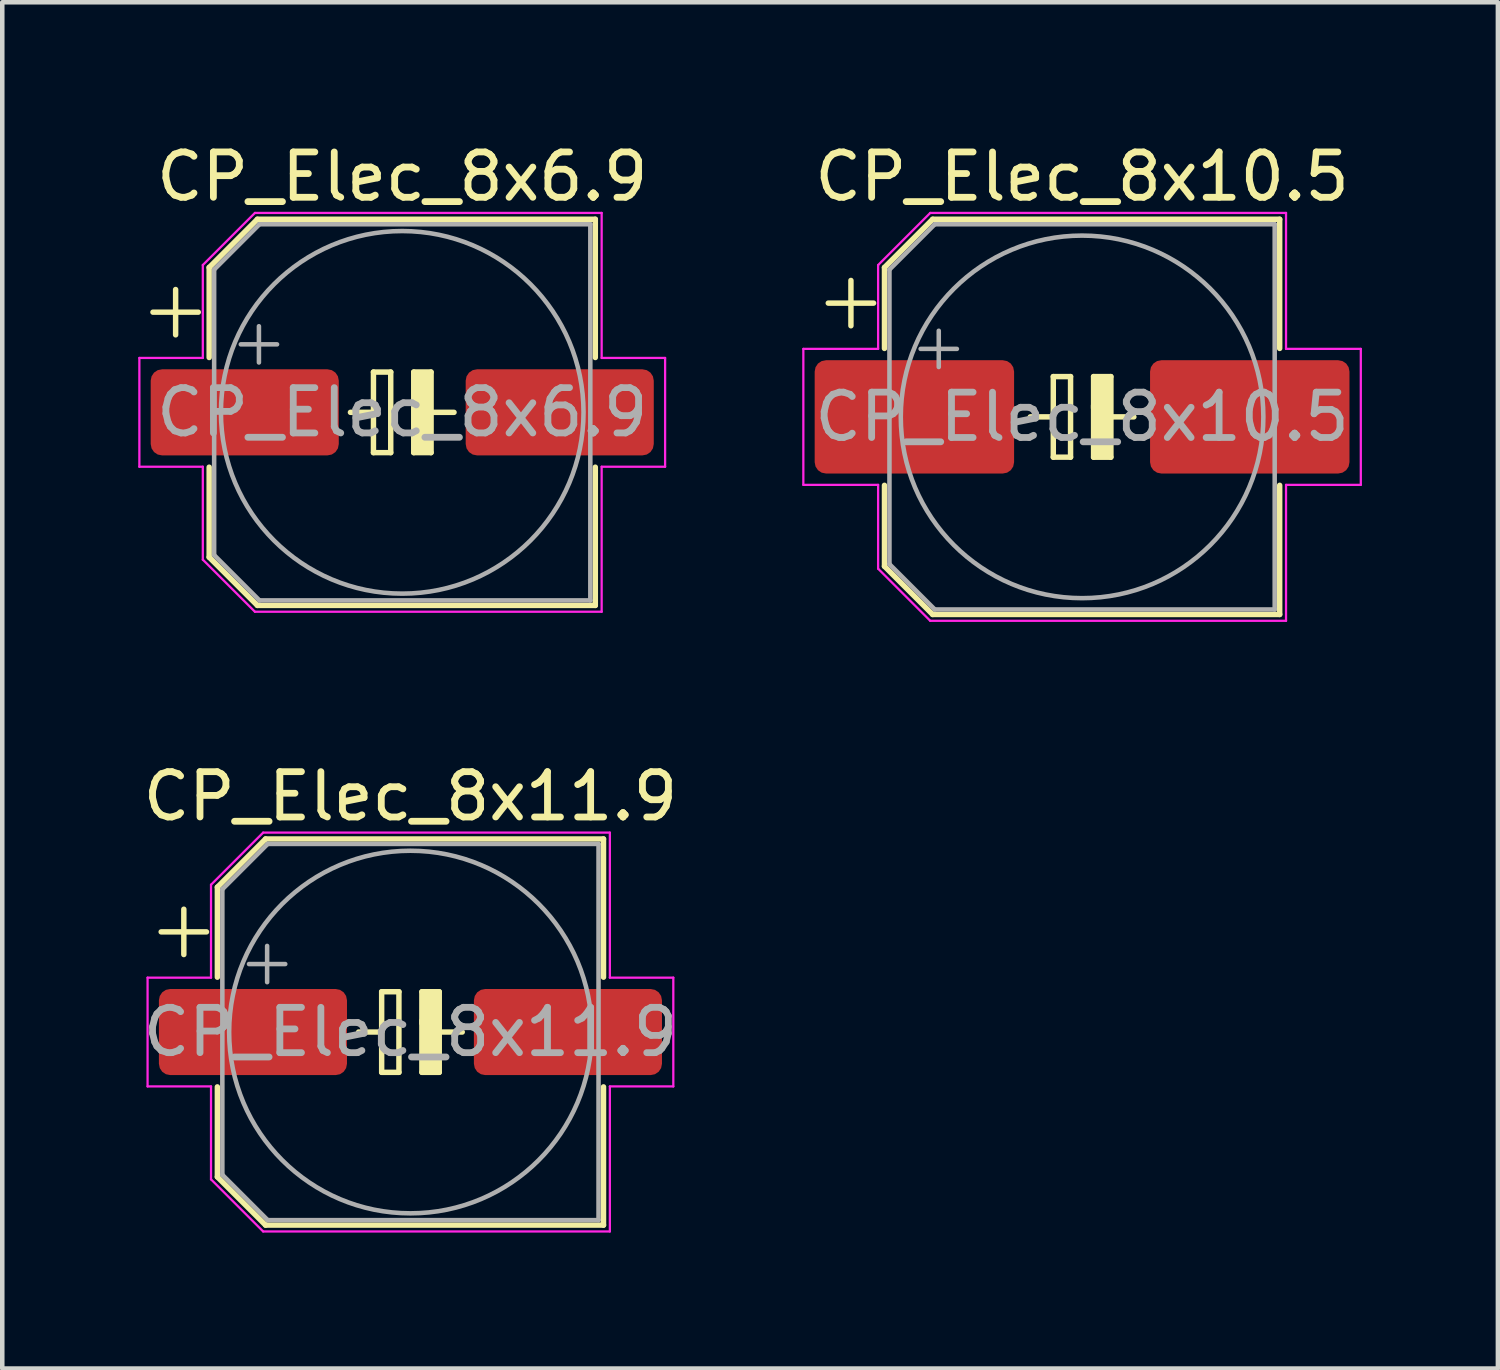
<source format=kicad_pcb>
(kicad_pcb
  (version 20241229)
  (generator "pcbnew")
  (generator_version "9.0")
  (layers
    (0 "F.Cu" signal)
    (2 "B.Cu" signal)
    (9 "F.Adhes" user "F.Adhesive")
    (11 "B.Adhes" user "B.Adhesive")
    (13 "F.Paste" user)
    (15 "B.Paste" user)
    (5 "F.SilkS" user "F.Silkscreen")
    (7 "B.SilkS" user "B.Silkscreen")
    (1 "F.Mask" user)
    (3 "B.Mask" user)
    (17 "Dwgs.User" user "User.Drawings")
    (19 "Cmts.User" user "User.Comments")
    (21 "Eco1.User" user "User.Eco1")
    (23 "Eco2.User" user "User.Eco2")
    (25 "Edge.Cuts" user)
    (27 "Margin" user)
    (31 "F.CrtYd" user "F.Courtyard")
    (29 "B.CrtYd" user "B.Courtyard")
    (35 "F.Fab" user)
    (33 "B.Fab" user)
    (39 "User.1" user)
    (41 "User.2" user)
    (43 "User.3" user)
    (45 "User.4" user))
  (footprint "CP_Elec_8x11.9"
    (layer "F.Cu")
    (at 6.006 19.721)
    (property "Reference" "CP_Elec_8x11.9" (at 0 -5.2 0) (layer "F.SilkS") (effects (font (size 1 1) (thickness 0.15))))
    (attr smd)
    (fp_line (start -5.5 -2.21) (end -4.5 -2.21) (stroke (width 0.12) (type solid)) (layer "F.SilkS"))
    (fp_line (start -5 -2.71) (end -5 -1.71) (stroke (width 0.12) (type solid)) (layer "F.SilkS"))
    (fp_line (start -4.26 -3.196) (end -4.26 -1.21) (stroke (width 0.12) (type solid)) (layer "F.SilkS"))
    (fp_line (start -4.26 -3.196) (end -3.196 -4.26) (stroke (width 0.12) (type solid)) (layer "F.SilkS"))
    (fp_line (start -4.26 3.196) (end -4.26 1.21) (stroke (width 0.12) (type solid)) (layer "F.SilkS"))
    (fp_line (start -4.26 3.196) (end -3.196 4.26) (stroke (width 0.12) (type solid)) (layer "F.SilkS"))
    (fp_line (start -3.196 -4.26) (end 4.26 -4.26) (stroke (width 0.12) (type solid)) (layer "F.SilkS"))
    (fp_line (start -3.196 4.26) (end 4.26 4.26) (stroke (width 0.12) (type solid)) (layer "F.SilkS"))
    (fp_line (start -0.635 -0.889) (end -0.254 -0.889) (stroke (width 0.12) (type solid)) (layer "F.SilkS"))
    (fp_line (start -0.635 0) (end -1.143 0) (stroke (width 0.12) (type solid)) (layer "F.SilkS"))
    (fp_line (start -0.635 0.889) (end -0.635 -0.889) (stroke (width 0.12) (type solid)) (layer "F.SilkS"))
    (fp_line (start -0.254 -0.889) (end -0.254 0.889) (stroke (width 0.12) (type solid)) (layer "F.SilkS"))
    (fp_line (start -0.254 0.889) (end -0.635 0.889) (stroke (width 0.12) (type solid)) (layer "F.SilkS"))
    (fp_line (start 0.254 -0.889) (end 0.254 -0.191) (stroke (width 0.12) (type solid)) (layer "F.SilkS"))
    (fp_line (start 0.254 -0.889) (end 0.635 -0.889) (stroke (width 0.12) (type solid)) (layer "F.SilkS"))
    (fp_line (start 0.254 -0.254) (end 0.254 0.889) (stroke (width 0.12) (type solid)) (layer "F.SilkS"))
    (fp_line (start 0.635 0) (end 1.143 0) (stroke (width 0.12) (type solid)) (layer "F.SilkS"))
    (fp_line (start 0.635 0.889) (end 0.254 0.889) (stroke (width 0.12) (type solid)) (layer "F.SilkS"))
    (fp_line (start 0.635 0.889) (end 0.635 -0.889) (stroke (width 0.12) (type solid)) (layer "F.SilkS"))
    (fp_line (start 4.26 -4.26) (end 4.26 -1.21) (stroke (width 0.12) (type solid)) (layer "F.SilkS"))
    (fp_line (start 4.26 4.26) (end 4.26 1.21) (stroke (width 0.12) (type solid)) (layer "F.SilkS"))
    (fp_poly (pts (xy 0.635 0.889) (xy 0.254 0.889) (xy 0.254 -0.889) (xy 0.635 -0.889)) (stroke (width 0.1) (type solid)) (fill yes) (layer "F.SilkS"))
    (fp_line (start -5.8 -1.2) (end -5.8 1.2) (stroke (width 0.05) (type solid)) (layer "F.CrtYd"))
    (fp_line (start -5.8 1.2) (end -4.4 1.2) (stroke (width 0.05) (type solid)) (layer "F.CrtYd"))
    (fp_line (start -4.4 -3.25) (end -4.4 -1.2) (stroke (width 0.05) (type solid)) (layer "F.CrtYd"))
    (fp_line (start -4.4 -3.25) (end -3.25 -4.4) (stroke (width 0.05) (type solid)) (layer "F.CrtYd"))
    (fp_line (start -4.4 -1.2) (end -5.8 -1.2) (stroke (width 0.05) (type solid)) (layer "F.CrtYd"))
    (fp_line (start -4.4 1.2) (end -4.4 3.25) (stroke (width 0.05) (type solid)) (layer "F.CrtYd"))
    (fp_line (start -4.4 3.25) (end -3.25 4.4) (stroke (width 0.05) (type solid)) (layer "F.CrtYd"))
    (fp_line (start -3.25 -4.4) (end 4.4 -4.4) (stroke (width 0.05) (type solid)) (layer "F.CrtYd"))
    (fp_line (start -3.25 4.4) (end 4.4 4.4) (stroke (width 0.05) (type solid)) (layer "F.CrtYd"))
    (fp_line (start 4.4 -4.4) (end 4.4 -1.2) (stroke (width 0.05) (type solid)) (layer "F.CrtYd"))
    (fp_line (start 4.4 -1.2) (end 5.8 -1.2) (stroke (width 0.05) (type solid)) (layer "F.CrtYd"))
    (fp_line (start 4.4 1.2) (end 4.4 4.4) (stroke (width 0.05) (type solid)) (layer "F.CrtYd"))
    (fp_line (start 5.8 -1.2) (end 5.8 1.2) (stroke (width 0.05) (type solid)) (layer "F.CrtYd"))
    (fp_line (start 5.8 1.2) (end 4.4 1.2) (stroke (width 0.05) (type solid)) (layer "F.CrtYd"))
    (fp_line (start -4.15 -3.15) (end -4.15 3.15) (stroke (width 0.1) (type solid)) (layer "F.Fab"))
    (fp_line (start -4.15 -3.15) (end -3.15 -4.15) (stroke (width 0.1) (type solid)) (layer "F.Fab"))
    (fp_line (start -4.15 3.15) (end -3.15 4.15) (stroke (width 0.1) (type solid)) (layer "F.Fab"))
    (fp_line (start -3.562 -1.5) (end -2.762 -1.5) (stroke (width 0.1) (type solid)) (layer "F.Fab"))
    (fp_line (start -3.162 -1.9) (end -3.162 -1.1) (stroke (width 0.1) (type solid)) (layer "F.Fab"))
    (fp_line (start -3.15 -4.15) (end 4.15 -4.15) (stroke (width 0.1) (type solid)) (layer "F.Fab"))
    (fp_line (start -3.15 4.15) (end 4.15 4.15) (stroke (width 0.1) (type solid)) (layer "F.Fab"))
    (fp_line (start 4.15 -4.15) (end 4.15 4.15) (stroke (width 0.1) (type solid)) (layer "F.Fab"))
    (fp_circle (center 0 0) (end 4 0) (stroke (width 0.1) (type solid)) (fill no) (layer "F.Fab"))
    (fp_text user "${REFERENCE}" (at 0 0 0) (layer "F.Fab") (effects (font (size 1 1) (thickness 0.15))))
    (pad "1" smd roundrect (at -3.475 0) (size 4.15 1.9) (layers "F.Cu" "F.Mask" "F.Paste") (roundrect_rratio 0.132))
    (pad "2" smd roundrect (at 3.475 0) (size 4.15 1.9) (layers "F.Cu" "F.Mask" "F.Paste") (roundrect_rratio 0.132)))
  (footprint "CP_Elec_8x10.5"
    (layer "F.Cu")
    (at 20.825 6.148)
    (property "Reference" "CP_Elec_8x10.5" (at 0 -5.3 0) (layer "F.SilkS") (effects (font (size 1 1) (thickness 0.15))))
    (attr smd)
    (fp_line (start -5.6 -2.51) (end -4.6 -2.51) (stroke (width 0.12) (type solid)) (layer "F.SilkS"))
    (fp_line (start -5.1 -3.01) (end -5.1 -2.01) (stroke (width 0.12) (type solid)) (layer "F.SilkS"))
    (fp_line (start -4.36 -3.296) (end -4.36 -1.51) (stroke (width 0.12) (type solid)) (layer "F.SilkS"))
    (fp_line (start -4.36 -3.296) (end -3.296 -4.36) (stroke (width 0.12) (type solid)) (layer "F.SilkS"))
    (fp_line (start -4.36 3.296) (end -4.36 1.51) (stroke (width 0.12) (type solid)) (layer "F.SilkS"))
    (fp_line (start -4.36 3.296) (end -3.296 4.36) (stroke (width 0.12) (type solid)) (layer "F.SilkS"))
    (fp_line (start -3.296 -4.36) (end 4.36 -4.36) (stroke (width 0.12) (type solid)) (layer "F.SilkS"))
    (fp_line (start -3.296 4.36) (end 4.36 4.36) (stroke (width 0.12) (type solid)) (layer "F.SilkS"))
    (fp_line (start -0.635 -0.889) (end -0.254 -0.889) (stroke (width 0.12) (type solid)) (layer "F.SilkS"))
    (fp_line (start -0.635 0) (end -1.143 0) (stroke (width 0.12) (type solid)) (layer "F.SilkS"))
    (fp_line (start -0.635 0.889) (end -0.635 -0.889) (stroke (width 0.12) (type solid)) (layer "F.SilkS"))
    (fp_line (start -0.254 -0.889) (end -0.254 0.889) (stroke (width 0.12) (type solid)) (layer "F.SilkS"))
    (fp_line (start -0.254 0.889) (end -0.635 0.889) (stroke (width 0.12) (type solid)) (layer "F.SilkS"))
    (fp_line (start 0.254 -0.889) (end 0.254 -0.191) (stroke (width 0.12) (type solid)) (layer "F.SilkS"))
    (fp_line (start 0.254 -0.889) (end 0.635 -0.889) (stroke (width 0.12) (type solid)) (layer "F.SilkS"))
    (fp_line (start 0.254 -0.254) (end 0.254 0.889) (stroke (width 0.12) (type solid)) (layer "F.SilkS"))
    (fp_line (start 0.635 0) (end 1.143 0) (stroke (width 0.12) (type solid)) (layer "F.SilkS"))
    (fp_line (start 0.635 0.889) (end 0.254 0.889) (stroke (width 0.12) (type solid)) (layer "F.SilkS"))
    (fp_line (start 0.635 0.889) (end 0.635 -0.889) (stroke (width 0.12) (type solid)) (layer "F.SilkS"))
    (fp_line (start 4.36 -4.36) (end 4.36 -1.51) (stroke (width 0.12) (type solid)) (layer "F.SilkS"))
    (fp_line (start 4.36 4.36) (end 4.36 1.51) (stroke (width 0.12) (type solid)) (layer "F.SilkS"))
    (fp_poly (pts (xy 0.635 0.889) (xy 0.254 0.889) (xy 0.254 -0.889) (xy 0.635 -0.889)) (stroke (width 0.1) (type solid)) (fill yes) (layer "F.SilkS"))
    (fp_line (start -6.15 -1.5) (end -6.15 1.5) (stroke (width 0.05) (type solid)) (layer "F.CrtYd"))
    (fp_line (start -6.15 1.5) (end -4.5 1.5) (stroke (width 0.05) (type solid)) (layer "F.CrtYd"))
    (fp_line (start -4.5 -3.35) (end -4.5 -1.5) (stroke (width 0.05) (type solid)) (layer "F.CrtYd"))
    (fp_line (start -4.5 -3.35) (end -3.35 -4.5) (stroke (width 0.05) (type solid)) (layer "F.CrtYd"))
    (fp_line (start -4.5 -1.5) (end -6.15 -1.5) (stroke (width 0.05) (type solid)) (layer "F.CrtYd"))
    (fp_line (start -4.5 1.5) (end -4.5 3.35) (stroke (width 0.05) (type solid)) (layer "F.CrtYd"))
    (fp_line (start -4.5 3.35) (end -3.35 4.5) (stroke (width 0.05) (type solid)) (layer "F.CrtYd"))
    (fp_line (start -3.35 -4.5) (end 4.5 -4.5) (stroke (width 0.05) (type solid)) (layer "F.CrtYd"))
    (fp_line (start -3.35 4.5) (end 4.5 4.5) (stroke (width 0.05) (type solid)) (layer "F.CrtYd"))
    (fp_line (start 4.5 -4.5) (end 4.5 -1.5) (stroke (width 0.05) (type solid)) (layer "F.CrtYd"))
    (fp_line (start 4.5 -1.5) (end 6.15 -1.5) (stroke (width 0.05) (type solid)) (layer "F.CrtYd"))
    (fp_line (start 4.5 1.5) (end 4.5 4.5) (stroke (width 0.05) (type solid)) (layer "F.CrtYd"))
    (fp_line (start 6.15 -1.5) (end 6.15 1.5) (stroke (width 0.05) (type solid)) (layer "F.CrtYd"))
    (fp_line (start 6.15 1.5) (end 4.5 1.5) (stroke (width 0.05) (type solid)) (layer "F.CrtYd"))
    (fp_line (start -4.25 -3.25) (end -4.25 3.25) (stroke (width 0.1) (type solid)) (layer "F.Fab"))
    (fp_line (start -4.25 -3.25) (end -3.25 -4.25) (stroke (width 0.1) (type solid)) (layer "F.Fab"))
    (fp_line (start -4.25 3.25) (end -3.25 4.25) (stroke (width 0.1) (type solid)) (layer "F.Fab"))
    (fp_line (start -3.562 -1.5) (end -2.762 -1.5) (stroke (width 0.1) (type solid)) (layer "F.Fab"))
    (fp_line (start -3.25 -4.25) (end 4.25 -4.25) (stroke (width 0.1) (type solid)) (layer "F.Fab"))
    (fp_line (start -3.25 4.25) (end 4.25 4.25) (stroke (width 0.1) (type solid)) (layer "F.Fab"))
    (fp_line (start -3.162 -1.9) (end -3.162 -1.1) (stroke (width 0.1) (type solid)) (layer "F.Fab"))
    (fp_line (start 4.25 -4.25) (end 4.25 4.25) (stroke (width 0.1) (type solid)) (layer "F.Fab"))
    (fp_circle (center 0 0) (end 4 0) (stroke (width 0.1) (type solid)) (fill no) (layer "F.Fab"))
    (fp_text user "${REFERENCE}" (at 0 0 0) (layer "F.Fab") (effects (font (size 1 1) (thickness 0.15))))
    (pad "1" smd roundrect (at -3.7 0) (size 4.4 2.5) (layers "F.Cu" "F.Mask" "F.Paste") (roundrect_rratio 0.1))
    (pad "2" smd roundrect (at 3.7 0) (size 4.4 2.5) (layers "F.Cu" "F.Mask" "F.Paste") (roundrect_rratio 0.1)))
  (footprint "CP_Elec_8x6.9"
    (layer "F.Cu")
    (at 5.825 6.048)
    (property "Reference" "CP_Elec_8x6.9" (at 0 -5.2 0) (layer "F.SilkS") (effects (font (size 1 1) (thickness 0.15))))
    (attr smd)
    (fp_line (start -5.5 -2.21) (end -4.5 -2.21) (stroke (width 0.12) (type solid)) (layer "F.SilkS"))
    (fp_line (start -5 -2.71) (end -5 -1.71) (stroke (width 0.12) (type solid)) (layer "F.SilkS"))
    (fp_line (start -4.26 -3.196) (end -4.26 -1.21) (stroke (width 0.12) (type solid)) (layer "F.SilkS"))
    (fp_line (start -4.26 -3.196) (end -3.196 -4.26) (stroke (width 0.12) (type solid)) (layer "F.SilkS"))
    (fp_line (start -4.26 3.196) (end -4.26 1.21) (stroke (width 0.12) (type solid)) (layer "F.SilkS"))
    (fp_line (start -4.26 3.196) (end -3.196 4.26) (stroke (width 0.12) (type solid)) (layer "F.SilkS"))
    (fp_line (start -3.196 -4.26) (end 4.26 -4.26) (stroke (width 0.12) (type solid)) (layer "F.SilkS"))
    (fp_line (start -3.196 4.26) (end 4.26 4.26) (stroke (width 0.12) (type solid)) (layer "F.SilkS"))
    (fp_line (start -0.635 -0.889) (end -0.254 -0.889) (stroke (width 0.12) (type solid)) (layer "F.SilkS"))
    (fp_line (start -0.635 0) (end -1.143 0) (stroke (width 0.12) (type solid)) (layer "F.SilkS"))
    (fp_line (start -0.635 0.889) (end -0.635 -0.889) (stroke (width 0.12) (type solid)) (layer "F.SilkS"))
    (fp_line (start -0.254 -0.889) (end -0.254 0.889) (stroke (width 0.12) (type solid)) (layer "F.SilkS"))
    (fp_line (start -0.254 0.889) (end -0.635 0.889) (stroke (width 0.12) (type solid)) (layer "F.SilkS"))
    (fp_line (start 0.254 -0.889) (end 0.254 -0.191) (stroke (width 0.12) (type solid)) (layer "F.SilkS"))
    (fp_line (start 0.254 -0.889) (end 0.635 -0.889) (stroke (width 0.12) (type solid)) (layer "F.SilkS"))
    (fp_line (start 0.254 -0.254) (end 0.254 0.889) (stroke (width 0.12) (type solid)) (layer "F.SilkS"))
    (fp_line (start 0.635 0) (end 1.143 0) (stroke (width 0.12) (type solid)) (layer "F.SilkS"))
    (fp_line (start 0.635 0.889) (end 0.254 0.889) (stroke (width 0.12) (type solid)) (layer "F.SilkS"))
    (fp_line (start 0.635 0.889) (end 0.635 -0.889) (stroke (width 0.12) (type solid)) (layer "F.SilkS"))
    (fp_line (start 4.26 -4.26) (end 4.26 -1.21) (stroke (width 0.12) (type solid)) (layer "F.SilkS"))
    (fp_line (start 4.26 4.26) (end 4.26 1.21) (stroke (width 0.12) (type solid)) (layer "F.SilkS"))
    (fp_poly (pts (xy 0.635 0.889) (xy 0.254 0.889) (xy 0.254 -0.889) (xy 0.635 -0.889)) (stroke (width 0.1) (type solid)) (fill yes) (layer "F.SilkS"))
    (fp_line (start -5.8 -1.2) (end -5.8 1.2) (stroke (width 0.05) (type solid)) (layer "F.CrtYd"))
    (fp_line (start -5.8 1.2) (end -4.4 1.2) (stroke (width 0.05) (type solid)) (layer "F.CrtYd"))
    (fp_line (start -4.4 -3.25) (end -4.4 -1.2) (stroke (width 0.05) (type solid)) (layer "F.CrtYd"))
    (fp_line (start -4.4 -3.25) (end -3.25 -4.4) (stroke (width 0.05) (type solid)) (layer "F.CrtYd"))
    (fp_line (start -4.4 -1.2) (end -5.8 -1.2) (stroke (width 0.05) (type solid)) (layer "F.CrtYd"))
    (fp_line (start -4.4 1.2) (end -4.4 3.25) (stroke (width 0.05) (type solid)) (layer "F.CrtYd"))
    (fp_line (start -4.4 3.25) (end -3.25 4.4) (stroke (width 0.05) (type solid)) (layer "F.CrtYd"))
    (fp_line (start -3.25 -4.4) (end 4.4 -4.4) (stroke (width 0.05) (type solid)) (layer "F.CrtYd"))
    (fp_line (start -3.25 4.4) (end 4.4 4.4) (stroke (width 0.05) (type solid)) (layer "F.CrtYd"))
    (fp_line (start 4.4 -4.4) (end 4.4 -1.2) (stroke (width 0.05) (type solid)) (layer "F.CrtYd"))
    (fp_line (start 4.4 -1.2) (end 5.8 -1.2) (stroke (width 0.05) (type solid)) (layer "F.CrtYd"))
    (fp_line (start 4.4 1.2) (end 4.4 4.4) (stroke (width 0.05) (type solid)) (layer "F.CrtYd"))
    (fp_line (start 5.8 -1.2) (end 5.8 1.2) (stroke (width 0.05) (type solid)) (layer "F.CrtYd"))
    (fp_line (start 5.8 1.2) (end 4.4 1.2) (stroke (width 0.05) (type solid)) (layer "F.CrtYd"))
    (fp_line (start -4.15 -3.15) (end -4.15 3.15) (stroke (width 0.1) (type solid)) (layer "F.Fab"))
    (fp_line (start -4.15 -3.15) (end -3.15 -4.15) (stroke (width 0.1) (type solid)) (layer "F.Fab"))
    (fp_line (start -4.15 3.15) (end -3.15 4.15) (stroke (width 0.1) (type solid)) (layer "F.Fab"))
    (fp_line (start -3.562 -1.5) (end -2.762 -1.5) (stroke (width 0.1) (type solid)) (layer "F.Fab"))
    (fp_line (start -3.162 -1.9) (end -3.162 -1.1) (stroke (width 0.1) (type solid)) (layer "F.Fab"))
    (fp_line (start -3.15 -4.15) (end 4.15 -4.15) (stroke (width 0.1) (type solid)) (layer "F.Fab"))
    (fp_line (start -3.15 4.15) (end 4.15 4.15) (stroke (width 0.1) (type solid)) (layer "F.Fab"))
    (fp_line (start 4.15 -4.15) (end 4.15 4.15) (stroke (width 0.1) (type solid)) (layer "F.Fab"))
    (fp_circle (center 0 0) (end 4 0) (stroke (width 0.1) (type solid)) (fill no) (layer "F.Fab"))
    (fp_text user "${REFERENCE}" (at 0 0 0) (layer "F.Fab") (effects (font (size 1 1) (thickness 0.15))))
    (pad "1" smd roundrect (at -3.475 0) (size 4.15 1.9) (layers "F.Cu" "F.Mask" "F.Paste") (roundrect_rratio 0.132))
    (pad "2" smd roundrect (at 3.475 0) (size 4.15 1.9) (layers "F.Cu" "F.Mask" "F.Paste") (roundrect_rratio 0.132)))
  (gr_rect
    (start -3 -3)
    (end 30 27.146)
    (stroke (width 0.1) (type default))
    (fill no)
    (layer "Edge.Cuts")))
</source>
